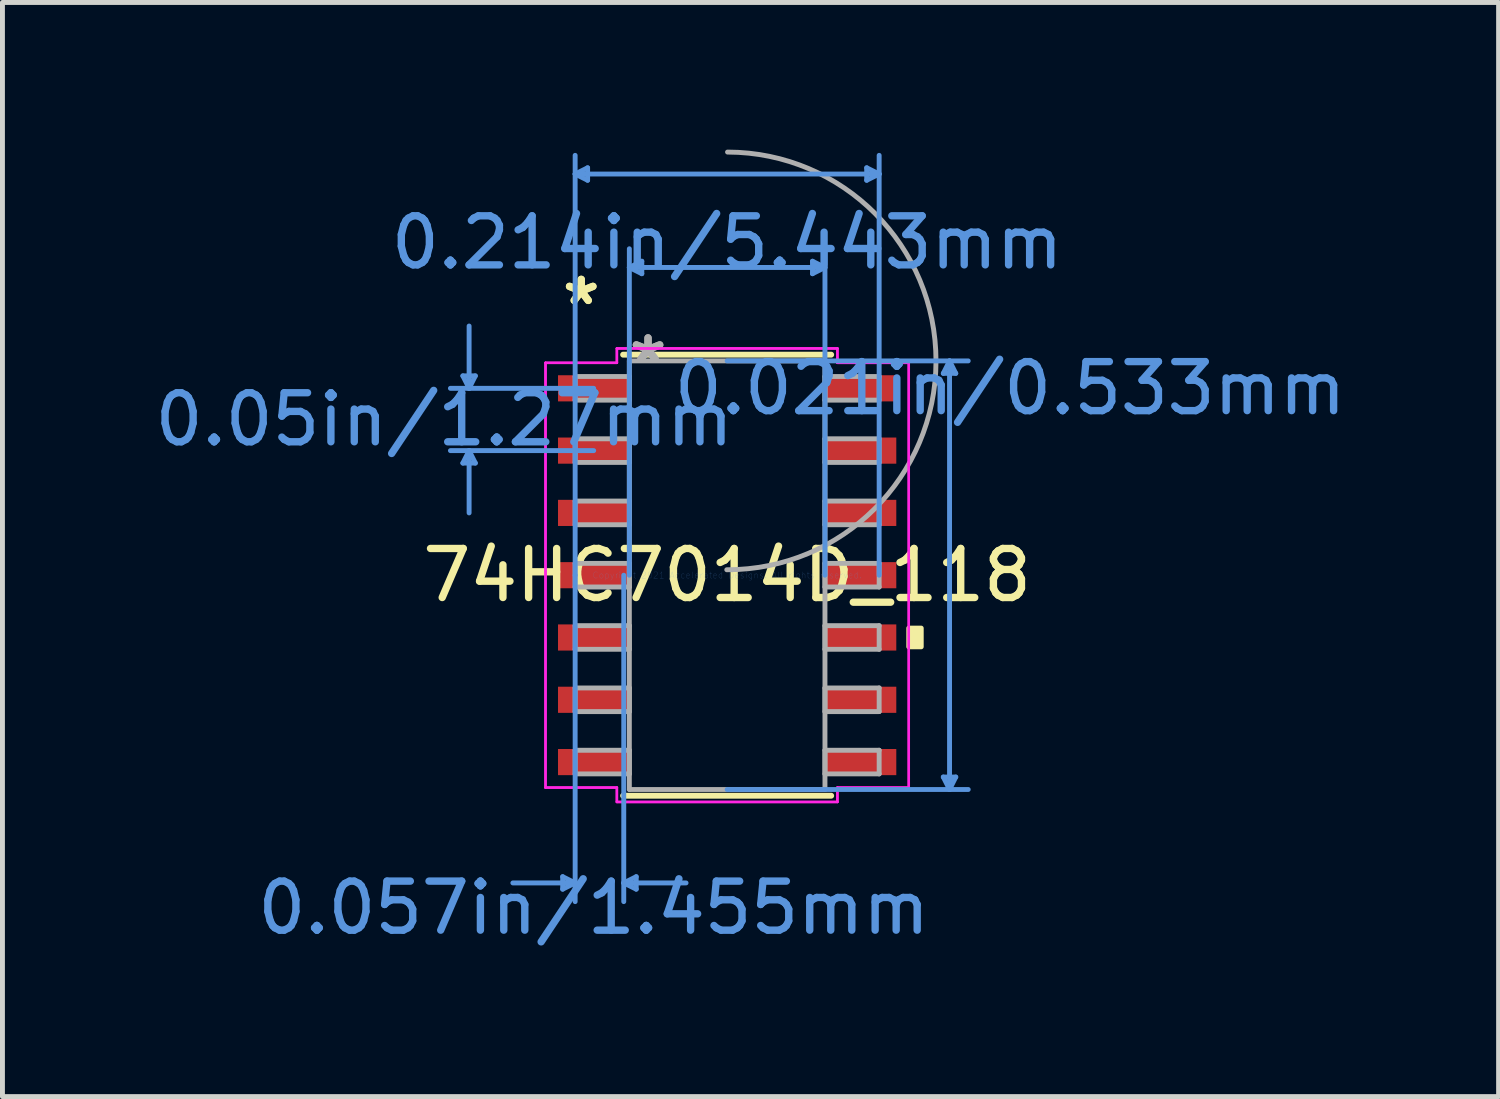
<source format=kicad_pcb>
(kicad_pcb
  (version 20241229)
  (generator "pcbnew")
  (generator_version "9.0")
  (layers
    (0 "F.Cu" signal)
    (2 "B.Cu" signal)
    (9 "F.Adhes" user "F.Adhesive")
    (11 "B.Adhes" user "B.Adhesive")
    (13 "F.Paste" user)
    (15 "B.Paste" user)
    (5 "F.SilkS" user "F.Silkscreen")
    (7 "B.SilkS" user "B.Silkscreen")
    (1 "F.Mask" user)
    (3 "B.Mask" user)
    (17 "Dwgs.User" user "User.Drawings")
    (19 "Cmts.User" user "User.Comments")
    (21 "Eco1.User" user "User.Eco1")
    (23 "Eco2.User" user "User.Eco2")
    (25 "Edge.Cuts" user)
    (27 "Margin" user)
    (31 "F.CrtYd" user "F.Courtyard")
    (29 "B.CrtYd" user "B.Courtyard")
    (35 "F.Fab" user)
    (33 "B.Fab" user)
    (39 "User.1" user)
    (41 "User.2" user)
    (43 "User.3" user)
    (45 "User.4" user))
  (footprint "74HC7014D_118"
    (layer "F.Cu")
    (at 11.775 8.677)
    (property "Reference" "74HC7014D_118" (at 0 0 0) (layer "F.SilkS") (effects (font (size 1 1) (thickness 0.15))))
    (attr through_hole)
    (fp_line (start -2.121 4.496) (end 2.121 4.496) (stroke (width 0.12) (type solid)) (layer "F.SilkS"))
    (fp_line (start 2.121 -4.496) (end -2.121 -4.496) (stroke (width 0.12) (type solid)) (layer "F.SilkS"))
    (fp_poly (pts (xy 3.957 1.079) (xy 3.957 1.46) (xy 3.703 1.46) (xy 3.703 1.079)) (stroke (width 0.1) (type solid)) (fill yes) (layer "F.SilkS"))
    (fp_line (start -5.388 -4.064) (end -5.134 -4.064) (stroke (width 0.1) (type solid)) (layer "Cmts.User"))
    (fp_line (start -5.388 -2.286) (end -5.134 -2.286) (stroke (width 0.1) (type solid)) (layer "Cmts.User"))
    (fp_line (start -5.261 -3.81) (end -5.388 -4.064) (stroke (width 0.1) (type solid)) (layer "Cmts.User"))
    (fp_line (start -5.261 -3.81) (end -5.261 -5.08) (stroke (width 0.1) (type solid)) (layer "Cmts.User"))
    (fp_line (start -5.261 -3.81) (end -5.134 -4.064) (stroke (width 0.1) (type solid)) (layer "Cmts.User"))
    (fp_line (start -5.261 -2.54) (end -5.388 -2.286) (stroke (width 0.1) (type solid)) (layer "Cmts.User"))
    (fp_line (start -5.261 -2.54) (end -5.261 -1.27) (stroke (width 0.1) (type solid)) (layer "Cmts.User"))
    (fp_line (start -5.261 -2.54) (end -5.134 -2.286) (stroke (width 0.1) (type solid)) (layer "Cmts.User"))
    (fp_line (start -3.353 6.147) (end -3.353 6.401) (stroke (width 0.1) (type solid)) (layer "Cmts.User"))
    (fp_line (start -3.099 -8.179) (end -2.845 -8.306) (stroke (width 0.1) (type solid)) (layer "Cmts.User"))
    (fp_line (start -3.099 -8.179) (end -2.845 -8.052) (stroke (width 0.1) (type solid)) (layer "Cmts.User"))
    (fp_line (start -3.099 -8.179) (end 3.099 -8.179) (stroke (width 0.1) (type solid)) (layer "Cmts.User"))
    (fp_line (start -3.099 0) (end -3.099 -8.56) (stroke (width 0.1) (type solid)) (layer "Cmts.User"))
    (fp_line (start -3.099 0) (end -3.099 6.655) (stroke (width 0.1) (type solid)) (layer "Cmts.User"))
    (fp_line (start -3.099 6.274) (end -4.369 6.274) (stroke (width 0.1) (type solid)) (layer "Cmts.User"))
    (fp_line (start -3.099 6.274) (end -3.353 6.147) (stroke (width 0.1) (type solid)) (layer "Cmts.User"))
    (fp_line (start -3.099 6.274) (end -3.353 6.401) (stroke (width 0.1) (type solid)) (layer "Cmts.User"))
    (fp_line (start -2.845 -8.306) (end -2.845 -8.052) (stroke (width 0.1) (type solid)) (layer "Cmts.User"))
    (fp_line (start -2.721 -3.81) (end -5.642 -3.81) (stroke (width 0.1) (type solid)) (layer "Cmts.User"))
    (fp_line (start -2.721 -2.54) (end -5.642 -2.54) (stroke (width 0.1) (type solid)) (layer "Cmts.User"))
    (fp_line (start -2.108 0) (end -2.108 6.655) (stroke (width 0.1) (type solid)) (layer "Cmts.User"))
    (fp_line (start -2.108 6.274) (end -1.854 6.147) (stroke (width 0.1) (type solid)) (layer "Cmts.User"))
    (fp_line (start -2.108 6.274) (end -1.854 6.401) (stroke (width 0.1) (type solid)) (layer "Cmts.User"))
    (fp_line (start -2.108 6.274) (end -0.838 6.274) (stroke (width 0.1) (type solid)) (layer "Cmts.User"))
    (fp_line (start -1.994 -6.274) (end -1.74 -6.401) (stroke (width 0.1) (type solid)) (layer "Cmts.User"))
    (fp_line (start -1.994 -6.274) (end -1.74 -6.147) (stroke (width 0.1) (type solid)) (layer "Cmts.User"))
    (fp_line (start -1.994 -6.274) (end 1.994 -6.274) (stroke (width 0.1) (type solid)) (layer "Cmts.User"))
    (fp_line (start -1.994 0) (end -1.994 -6.655) (stroke (width 0.1) (type solid)) (layer "Cmts.User"))
    (fp_line (start -1.854 6.147) (end -1.854 6.401) (stroke (width 0.1) (type solid)) (layer "Cmts.User"))
    (fp_line (start -1.74 -6.401) (end -1.74 -6.147) (stroke (width 0.1) (type solid)) (layer "Cmts.User"))
    (fp_line (start 0 -4.369) (end 4.915 -4.369) (stroke (width 0.1) (type solid)) (layer "Cmts.User"))
    (fp_line (start 0 4.369) (end 4.915 4.369) (stroke (width 0.1) (type solid)) (layer "Cmts.User"))
    (fp_line (start 1.74 -6.401) (end 1.74 -6.147) (stroke (width 0.1) (type solid)) (layer "Cmts.User"))
    (fp_line (start 1.994 -6.274) (end 1.74 -6.401) (stroke (width 0.1) (type solid)) (layer "Cmts.User"))
    (fp_line (start 1.994 -6.274) (end 1.74 -6.147) (stroke (width 0.1) (type solid)) (layer "Cmts.User"))
    (fp_line (start 1.994 0) (end 1.994 -6.655) (stroke (width 0.1) (type solid)) (layer "Cmts.User"))
    (fp_line (start 2.845 -8.306) (end 2.845 -8.052) (stroke (width 0.1) (type solid)) (layer "Cmts.User"))
    (fp_line (start 3.099 -8.179) (end 2.845 -8.306) (stroke (width 0.1) (type solid)) (layer "Cmts.User"))
    (fp_line (start 3.099 -8.179) (end 2.845 -8.052) (stroke (width 0.1) (type solid)) (layer "Cmts.User"))
    (fp_line (start 3.099 0) (end 3.099 -8.56) (stroke (width 0.1) (type solid)) (layer "Cmts.User"))
    (fp_line (start 4.407 -4.115) (end 4.661 -4.115) (stroke (width 0.1) (type solid)) (layer "Cmts.User"))
    (fp_line (start 4.407 4.115) (end 4.661 4.115) (stroke (width 0.1) (type solid)) (layer "Cmts.User"))
    (fp_line (start 4.534 -4.369) (end 4.407 -4.115) (stroke (width 0.1) (type solid)) (layer "Cmts.User"))
    (fp_line (start 4.534 -4.369) (end 4.534 4.369) (stroke (width 0.1) (type solid)) (layer "Cmts.User"))
    (fp_line (start 4.534 -4.369) (end 4.661 -4.115) (stroke (width 0.1) (type solid)) (layer "Cmts.User"))
    (fp_line (start 4.534 4.369) (end 4.407 4.115) (stroke (width 0.1) (type solid)) (layer "Cmts.User"))
    (fp_line (start 4.534 4.369) (end 4.661 4.115) (stroke (width 0.1) (type solid)) (layer "Cmts.User"))
    (fp_line (start -3.703 -4.33) (end -2.248 -4.33) (stroke (width 0.05) (type solid)) (layer "F.CrtYd"))
    (fp_line (start -3.703 -4.33) (end -2.248 -4.33) (stroke (width 0.05) (type solid)) (layer "F.CrtYd"))
    (fp_line (start -3.703 4.33) (end -3.703 -4.33) (stroke (width 0.05) (type solid)) (layer "F.CrtYd"))
    (fp_line (start -3.703 4.33) (end -3.703 -4.33) (stroke (width 0.05) (type solid)) (layer "F.CrtYd"))
    (fp_line (start -3.703 4.33) (end -2.248 4.33) (stroke (width 0.05) (type solid)) (layer "F.CrtYd"))
    (fp_line (start -2.248 -4.623) (end 2.248 -4.623) (stroke (width 0.05) (type solid)) (layer "F.CrtYd"))
    (fp_line (start -2.248 -4.623) (end 2.248 -4.623) (stroke (width 0.05) (type solid)) (layer "F.CrtYd"))
    (fp_line (start -2.248 -4.33) (end -2.248 -4.623) (stroke (width 0.05) (type solid)) (layer "F.CrtYd"))
    (fp_line (start -2.248 -4.33) (end -2.248 -4.623) (stroke (width 0.05) (type solid)) (layer "F.CrtYd"))
    (fp_line (start -2.248 4.33) (end -3.703 4.33) (stroke (width 0.05) (type solid)) (layer "F.CrtYd"))
    (fp_line (start -2.248 4.623) (end -2.248 4.33) (stroke (width 0.05) (type solid)) (layer "F.CrtYd"))
    (fp_line (start -2.248 4.623) (end -2.248 4.33) (stroke (width 0.05) (type solid)) (layer "F.CrtYd"))
    (fp_line (start 2.248 -4.623) (end 2.248 -4.33) (stroke (width 0.05) (type solid)) (layer "F.CrtYd"))
    (fp_line (start 2.248 -4.623) (end 2.248 -4.33) (stroke (width 0.05) (type solid)) (layer "F.CrtYd"))
    (fp_line (start 2.248 -4.33) (end 3.703 -4.33) (stroke (width 0.05) (type solid)) (layer "F.CrtYd"))
    (fp_line (start 2.248 4.33) (end 2.248 4.623) (stroke (width 0.05) (type solid)) (layer "F.CrtYd"))
    (fp_line (start 2.248 4.33) (end 2.248 4.623) (stroke (width 0.05) (type solid)) (layer "F.CrtYd"))
    (fp_line (start 2.248 4.623) (end -2.248 4.623) (stroke (width 0.05) (type solid)) (layer "F.CrtYd"))
    (fp_line (start 2.248 4.623) (end -2.248 4.623) (stroke (width 0.05) (type solid)) (layer "F.CrtYd"))
    (fp_line (start 3.703 -4.33) (end 2.248 -4.33) (stroke (width 0.05) (type solid)) (layer "F.CrtYd"))
    (fp_line (start 3.703 -4.33) (end 3.703 4.33) (stroke (width 0.05) (type solid)) (layer "F.CrtYd"))
    (fp_line (start 3.703 -4.33) (end 3.703 4.33) (stroke (width 0.05) (type solid)) (layer "F.CrtYd"))
    (fp_line (start 3.703 4.33) (end 2.248 4.33) (stroke (width 0.05) (type solid)) (layer "F.CrtYd"))
    (fp_line (start 3.703 4.33) (end 2.248 4.33) (stroke (width 0.05) (type solid)) (layer "F.CrtYd"))
    (fp_line (start -3.099 -4.051) (end -3.099 -3.569) (stroke (width 0.1) (type solid)) (layer "F.Fab"))
    (fp_line (start -3.099 -3.569) (end -1.994 -3.569) (stroke (width 0.1) (type solid)) (layer "F.Fab"))
    (fp_line (start -3.099 -2.781) (end -3.099 -2.299) (stroke (width 0.1) (type solid)) (layer "F.Fab"))
    (fp_line (start -3.099 -2.299) (end -1.994 -2.299) (stroke (width 0.1) (type solid)) (layer "F.Fab"))
    (fp_line (start -3.099 -1.511) (end -3.099 -1.029) (stroke (width 0.1) (type solid)) (layer "F.Fab"))
    (fp_line (start -3.099 -1.029) (end -1.994 -1.029) (stroke (width 0.1) (type solid)) (layer "F.Fab"))
    (fp_line (start -3.099 -0.241) (end -3.099 0.241) (stroke (width 0.1) (type solid)) (layer "F.Fab"))
    (fp_line (start -3.099 0.241) (end -1.994 0.241) (stroke (width 0.1) (type solid)) (layer "F.Fab"))
    (fp_line (start -3.099 1.029) (end -3.099 1.511) (stroke (width 0.1) (type solid)) (layer "F.Fab"))
    (fp_line (start -3.099 1.511) (end -1.994 1.511) (stroke (width 0.1) (type solid)) (layer "F.Fab"))
    (fp_line (start -3.099 2.299) (end -3.099 2.781) (stroke (width 0.1) (type solid)) (layer "F.Fab"))
    (fp_line (start -3.099 2.781) (end -1.994 2.781) (stroke (width 0.1) (type solid)) (layer "F.Fab"))
    (fp_line (start -3.099 3.569) (end -3.099 4.051) (stroke (width 0.1) (type solid)) (layer "F.Fab"))
    (fp_line (start -3.099 4.051) (end -1.994 4.051) (stroke (width 0.1) (type solid)) (layer "F.Fab"))
    (fp_line (start -1.994 -4.369) (end -1.994 4.369) (stroke (width 0.1) (type solid)) (layer "F.Fab"))
    (fp_line (start -1.994 -4.051) (end -3.099 -4.051) (stroke (width 0.1) (type solid)) (layer "F.Fab"))
    (fp_line (start -1.994 -3.569) (end -1.994 -4.051) (stroke (width 0.1) (type solid)) (layer "F.Fab"))
    (fp_line (start -1.994 -2.781) (end -3.099 -2.781) (stroke (width 0.1) (type solid)) (layer "F.Fab"))
    (fp_line (start -1.994 -2.299) (end -1.994 -2.781) (stroke (width 0.1) (type solid)) (layer "F.Fab"))
    (fp_line (start -1.994 -1.511) (end -3.099 -1.511) (stroke (width 0.1) (type solid)) (layer "F.Fab"))
    (fp_line (start -1.994 -1.029) (end -1.994 -1.511) (stroke (width 0.1) (type solid)) (layer "F.Fab"))
    (fp_line (start -1.994 -0.241) (end -3.099 -0.241) (stroke (width 0.1) (type solid)) (layer "F.Fab"))
    (fp_line (start -1.994 0.241) (end -1.994 -0.241) (stroke (width 0.1) (type solid)) (layer "F.Fab"))
    (fp_line (start -1.994 1.029) (end -3.099 1.029) (stroke (width 0.1) (type solid)) (layer "F.Fab"))
    (fp_line (start -1.994 1.511) (end -1.994 1.029) (stroke (width 0.1) (type solid)) (layer "F.Fab"))
    (fp_line (start -1.994 2.299) (end -3.099 2.299) (stroke (width 0.1) (type solid)) (layer "F.Fab"))
    (fp_line (start -1.994 2.781) (end -1.994 2.299) (stroke (width 0.1) (type solid)) (layer "F.Fab"))
    (fp_line (start -1.994 3.569) (end -3.099 3.569) (stroke (width 0.1) (type solid)) (layer "F.Fab"))
    (fp_line (start -1.994 4.051) (end -1.994 3.569) (stroke (width 0.1) (type solid)) (layer "F.Fab"))
    (fp_line (start -1.994 4.369) (end 1.994 4.369) (stroke (width 0.1) (type solid)) (layer "F.Fab"))
    (fp_line (start 1.994 -4.369) (end -1.994 -4.369) (stroke (width 0.1) (type solid)) (layer "F.Fab"))
    (fp_line (start 1.994 -4.051) (end 1.994 -3.569) (stroke (width 0.1) (type solid)) (layer "F.Fab"))
    (fp_line (start 1.994 -3.569) (end 3.099 -3.569) (stroke (width 0.1) (type solid)) (layer "F.Fab"))
    (fp_line (start 1.994 -2.781) (end 1.994 -2.299) (stroke (width 0.1) (type solid)) (layer "F.Fab"))
    (fp_line (start 1.994 -2.299) (end 3.099 -2.299) (stroke (width 0.1) (type solid)) (layer "F.Fab"))
    (fp_line (start 1.994 -1.511) (end 1.994 -1.029) (stroke (width 0.1) (type solid)) (layer "F.Fab"))
    (fp_line (start 1.994 -1.029) (end 3.099 -1.029) (stroke (width 0.1) (type solid)) (layer "F.Fab"))
    (fp_line (start 1.994 -0.241) (end 1.994 0.241) (stroke (width 0.1) (type solid)) (layer "F.Fab"))
    (fp_line (start 1.994 0.241) (end 3.099 0.241) (stroke (width 0.1) (type solid)) (layer "F.Fab"))
    (fp_line (start 1.994 1.029) (end 1.994 1.511) (stroke (width 0.1) (type solid)) (layer "F.Fab"))
    (fp_line (start 1.994 1.511) (end 3.099 1.511) (stroke (width 0.1) (type solid)) (layer "F.Fab"))
    (fp_line (start 1.994 2.299) (end 1.994 2.781) (stroke (width 0.1) (type solid)) (layer "F.Fab"))
    (fp_line (start 1.994 2.781) (end 3.099 2.781) (stroke (width 0.1) (type solid)) (layer "F.Fab"))
    (fp_line (start 1.994 3.569) (end 1.994 4.051) (stroke (width 0.1) (type solid)) (layer "F.Fab"))
    (fp_line (start 1.994 4.051) (end 3.099 4.051) (stroke (width 0.1) (type solid)) (layer "F.Fab"))
    (fp_line (start 1.994 4.369) (end 1.994 -4.369) (stroke (width 0.1) (type solid)) (layer "F.Fab"))
    (fp_line (start 3.099 -4.051) (end 1.994 -4.051) (stroke (width 0.1) (type solid)) (layer "F.Fab"))
    (fp_line (start 3.099 -3.569) (end 3.099 -4.051) (stroke (width 0.1) (type solid)) (layer "F.Fab"))
    (fp_line (start 3.099 -2.781) (end 1.994 -2.781) (stroke (width 0.1) (type solid)) (layer "F.Fab"))
    (fp_line (start 3.099 -2.299) (end 3.099 -2.781) (stroke (width 0.1) (type solid)) (layer "F.Fab"))
    (fp_line (start 3.099 -1.511) (end 1.994 -1.511) (stroke (width 0.1) (type solid)) (layer "F.Fab"))
    (fp_line (start 3.099 -1.029) (end 3.099 -1.511) (stroke (width 0.1) (type solid)) (layer "F.Fab"))
    (fp_line (start 3.099 -0.241) (end 1.994 -0.241) (stroke (width 0.1) (type solid)) (layer "F.Fab"))
    (fp_line (start 3.099 0.241) (end 3.099 -0.241) (stroke (width 0.1) (type solid)) (layer "F.Fab"))
    (fp_line (start 3.099 1.029) (end 1.994 1.029) (stroke (width 0.1) (type solid)) (layer "F.Fab"))
    (fp_line (start 3.099 1.511) (end 3.099 1.029) (stroke (width 0.1) (type solid)) (layer "F.Fab"))
    (fp_line (start 3.099 2.299) (end 1.994 2.299) (stroke (width 0.1) (type solid)) (layer "F.Fab"))
    (fp_line (start 3.099 2.781) (end 3.099 2.299) (stroke (width 0.1) (type solid)) (layer "F.Fab"))
    (fp_line (start 3.099 3.569) (end 1.994 3.569) (stroke (width 0.1) (type solid)) (layer "F.Fab"))
    (fp_line (start 3.099 4.051) (end 3.099 3.569) (stroke (width 0.1) (type solid)) (layer "F.Fab"))
    (fp_arc (start 0.007742 -8.626632) (mid 4.257832 -4.361058) (end -0.007742 -0.110968) (stroke (width 0.1) (type solid)) (layer "F.Fab"))
    (fp_text user "*" (at -2.975 -5.486 0) (layer "F.SilkS") (effects (font (size 1 1) (thickness 0.15))))
    (fp_text user "*" (at -2.975 -5.486 0) (layer "F.SilkS") (effects (font (size 1 1) (thickness 0.15))))
    (fp_text user "0.021in/0.533mm" (at 5.769 -3.81 0) (layer "Cmts.User") (effects (font (size 1 1) (thickness 0.15))))
    (fp_text user "Copyright 2021 Accelerated Designs. All rights reserved." (at 0 0 0) (layer "Cmts.User") (effects (font (size 0.127 0.127) (thickness 0.002))))
    (fp_text user "0.057in/1.455mm" (at -2.721 6.782 0) (layer "Cmts.User") (effects (font (size 1 1) (thickness 0.15))))
    (fp_text user "0.214in/5.443mm" (at 0 -6.782 0) (layer "Cmts.User") (effects (font (size 1 1) (thickness 0.15))))
    (fp_text user "0.05in/1.27mm" (at -5.769 -3.175 0) (layer "Cmts.User") (effects (font (size 1 1) (thickness 0.15))))
    (fp_text user "*" (at -1.613 -4.293 0) (layer "F.Fab") (effects (font (size 1 1) (thickness 0.15))))
    (fp_text user "*" (at -1.613 -4.293 0) (layer "F.Fab") (effects (font (size 1 1) (thickness 0.15))))
    (pad "1" smd rect (at -2.721 -3.81) (size 1.455 0.533) (layers "F.Cu" "F.Mask" "F.Paste"))
    (pad "2" smd rect (at -2.721 -2.54) (size 1.455 0.533) (layers "F.Cu" "F.Mask" "F.Paste"))
    (pad "3" smd rect (at -2.721 -1.27) (size 1.455 0.533) (layers "F.Cu" "F.Mask" "F.Paste"))
    (pad "4" smd rect (at -2.721 0) (size 1.455 0.533) (layers "F.Cu" "F.Mask" "F.Paste"))
    (pad "5" smd rect (at -2.721 1.27) (size 1.455 0.533) (layers "F.Cu" "F.Mask" "F.Paste"))
    (pad "6" smd rect (at -2.721 2.54) (size 1.455 0.533) (layers "F.Cu" "F.Mask" "F.Paste"))
    (pad "7" smd rect (at -2.721 3.81) (size 1.455 0.533) (layers "F.Cu" "F.Mask" "F.Paste"))
    (pad "8" smd rect (at 2.721 3.81) (size 1.455 0.533) (layers "F.Cu" "F.Mask" "F.Paste"))
    (pad "9" smd rect (at 2.721 2.54) (size 1.455 0.533) (layers "F.Cu" "F.Mask" "F.Paste"))
    (pad "10" smd rect (at 2.721 1.27) (size 1.455 0.533) (layers "F.Cu" "F.Mask" "F.Paste"))
    (pad "11" smd rect (at 2.721 0) (size 1.455 0.533) (layers "F.Cu" "F.Mask" "F.Paste"))
    (pad "12" smd rect (at 2.721 -1.27) (size 1.455 0.533) (layers "F.Cu" "F.Mask" "F.Paste"))
    (pad "13" smd rect (at 2.721 -2.54) (size 1.455 0.533) (layers "F.Cu" "F.Mask" "F.Paste"))
    (pad "14" smd rect (at 2.721 -3.81) (size 1.455 0.533) (layers "F.Cu" "F.Mask" "F.Paste")))
  (gr_rect
    (start -3 -3)
    (end 27.503 19.307)
    (stroke (width 0.1) (type default))
    (fill no)
    (layer "Edge.Cuts")))
</source>
